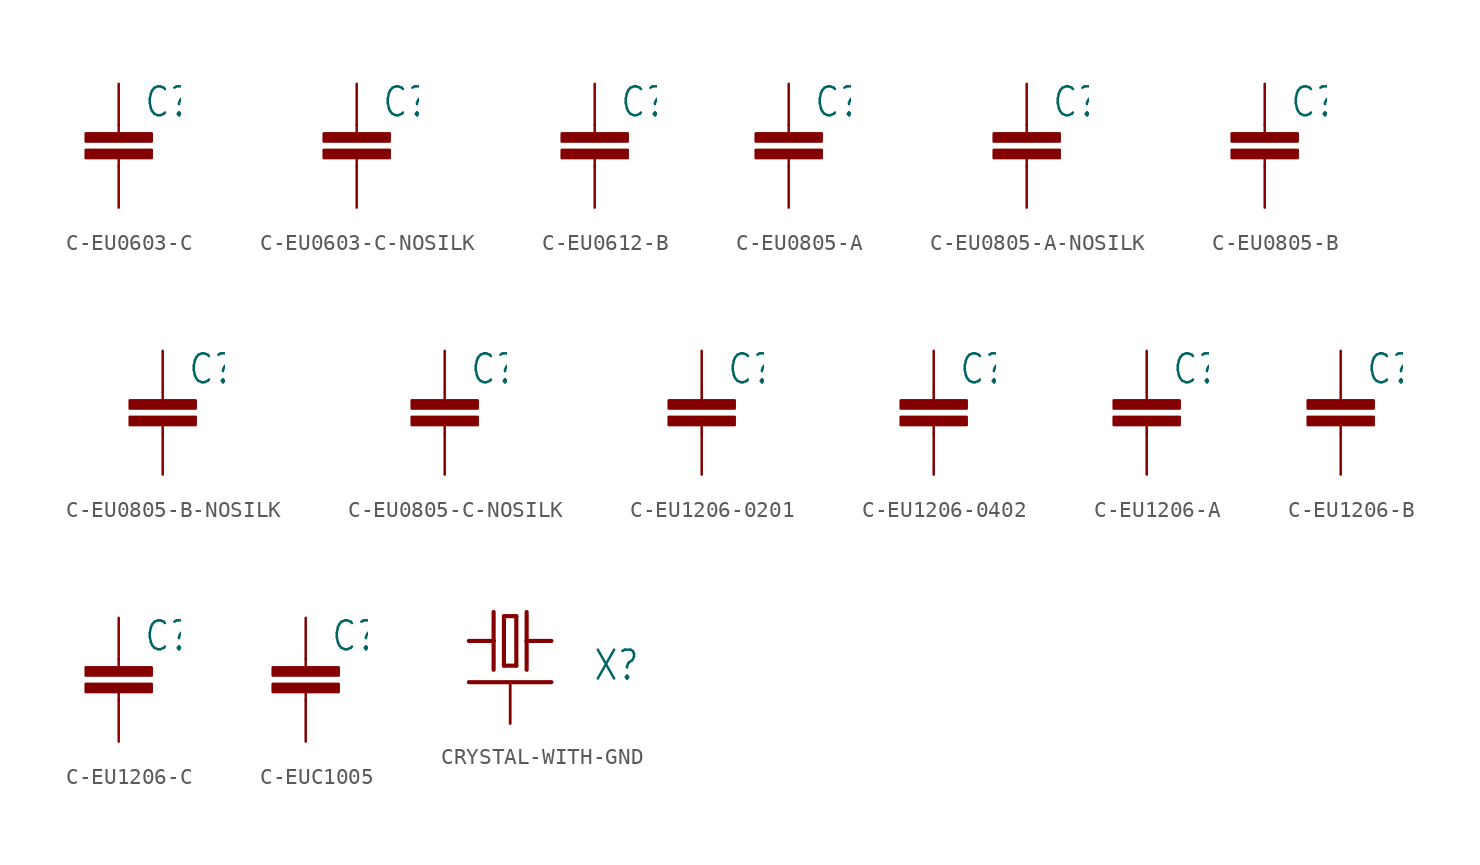
<source format=kicad_sym>
(kicad_symbol_lib
  (version 20241209)
  (generator "kicad_symbol_editor")
  (generator_version "9.0")
  (symbol "C-EU0603-C"
    (property "Reference" "C"
      (at 1.524 0.381 0)
      (effects (font (size 1.778 1.511)) (justify left bottom)))
    (property "Value" ""
      (at 1.524 -4.699 0)
      (effects (font (size 1.778 1.511)) (justify left bottom)))
    (property "ki_locked" ""
      (at 0 0 0)
      (effects (font (size 1.27 1.27))))
    (symbol "C-EU0603-C_1_0"
      (rectangle (start -2.032 -1.016) (end 2.032 -0.508) (stroke (width 0) (type default)) (fill (type outline)))
      (rectangle (start -2.032 -2.032) (end 2.032 -1.524) (stroke (width 0) (type default)) (fill (type outline)))
      (polyline (pts (xy 0 0) (xy 0 -0.508)) (stroke (width 0.152) (type solid)) (fill (type none)))
      (polyline (pts (xy 0 -2.54) (xy 0 -2.032)) (stroke (width 0.152) (type solid)) (fill (type none)))
      (pin passive line (at 0 2.54 270) (length 2.54) (name "1" (effects (font (size 0 0)))) (number "1" (effects (font (size 0 0)))))
      (pin passive line (at 0 -5.08 90) (length 2.54) (name "2" (effects (font (size 0 0)))) (number "2" (effects (font (size 0 0)))))))
  (symbol "C-EU0603-C-NOSILK"
    (property "Reference" "C"
      (at 1.524 0.381 0)
      (effects (font (size 1.778 1.511)) (justify left bottom)))
    (property "Value" ""
      (at 1.524 -4.699 0)
      (effects (font (size 1.778 1.511)) (justify left bottom)))
    (property "ki_locked" ""
      (at 0 0 0)
      (effects (font (size 1.27 1.27))))
    (symbol "C-EU0603-C-NOSILK_1_0"
      (rectangle (start -2.032 -1.016) (end 2.032 -0.508) (stroke (width 0) (type default)) (fill (type outline)))
      (rectangle (start -2.032 -2.032) (end 2.032 -1.524) (stroke (width 0) (type default)) (fill (type outline)))
      (polyline (pts (xy 0 0) (xy 0 -0.508)) (stroke (width 0.152) (type solid)) (fill (type none)))
      (polyline (pts (xy 0 -2.54) (xy 0 -2.032)) (stroke (width 0.152) (type solid)) (fill (type none)))
      (pin passive line (at 0 2.54 270) (length 2.54) (name "1" (effects (font (size 0 0)))) (number "1" (effects (font (size 0 0)))))
      (pin passive line (at 0 -5.08 90) (length 2.54) (name "2" (effects (font (size 0 0)))) (number "2" (effects (font (size 0 0)))))))
  (symbol "C-EU0612-B"
    (property "Reference" "C"
      (at 1.524 0.381 0)
      (effects (font (size 1.778 1.511)) (justify left bottom)))
    (property "Value" ""
      (at 1.524 -4.699 0)
      (effects (font (size 1.778 1.511)) (justify left bottom)))
    (property "ki_locked" ""
      (at 0 0 0)
      (effects (font (size 1.27 1.27))))
    (symbol "C-EU0612-B_1_0"
      (rectangle (start -2.032 -1.016) (end 2.032 -0.508) (stroke (width 0) (type default)) (fill (type outline)))
      (rectangle (start -2.032 -2.032) (end 2.032 -1.524) (stroke (width 0) (type default)) (fill (type outline)))
      (polyline (pts (xy 0 0) (xy 0 -0.508)) (stroke (width 0.152) (type solid)) (fill (type none)))
      (polyline (pts (xy 0 -2.54) (xy 0 -2.032)) (stroke (width 0.152) (type solid)) (fill (type none)))
      (pin passive line (at 0 2.54 270) (length 2.54) (name "1" (effects (font (size 0 0)))) (number "1" (effects (font (size 0 0)))))
      (pin passive line (at 0 -5.08 90) (length 2.54) (name "2" (effects (font (size 0 0)))) (number "2" (effects (font (size 0 0)))))))
  (symbol "C-EU0805-A"
    (property "Reference" "C"
      (at 1.524 0.381 0)
      (effects (font (size 1.778 1.511)) (justify left bottom)))
    (property "Value" ""
      (at 1.524 -4.699 0)
      (effects (font (size 1.778 1.511)) (justify left bottom)))
    (property "ki_locked" ""
      (at 0 0 0)
      (effects (font (size 1.27 1.27))))
    (symbol "C-EU0805-A_1_0"
      (rectangle (start -2.032 -1.016) (end 2.032 -0.508) (stroke (width 0) (type default)) (fill (type outline)))
      (rectangle (start -2.032 -2.032) (end 2.032 -1.524) (stroke (width 0) (type default)) (fill (type outline)))
      (polyline (pts (xy 0 0) (xy 0 -0.508)) (stroke (width 0.152) (type solid)) (fill (type none)))
      (polyline (pts (xy 0 -2.54) (xy 0 -2.032)) (stroke (width 0.152) (type solid)) (fill (type none)))
      (pin passive line (at 0 2.54 270) (length 2.54) (name "1" (effects (font (size 0 0)))) (number "1" (effects (font (size 0 0)))))
      (pin passive line (at 0 -5.08 90) (length 2.54) (name "2" (effects (font (size 0 0)))) (number "2" (effects (font (size 0 0)))))))
  (symbol "C-EU0805-A-NOSILK"
    (property "Reference" "C"
      (at 1.524 0.381 0)
      (effects (font (size 1.778 1.511)) (justify left bottom)))
    (property "Value" ""
      (at 1.524 -4.699 0)
      (effects (font (size 1.778 1.511)) (justify left bottom)))
    (property "ki_locked" ""
      (at 0 0 0)
      (effects (font (size 1.27 1.27))))
    (symbol "C-EU0805-A-NOSILK_1_0"
      (rectangle (start -2.032 -1.016) (end 2.032 -0.508) (stroke (width 0) (type default)) (fill (type outline)))
      (rectangle (start -2.032 -2.032) (end 2.032 -1.524) (stroke (width 0) (type default)) (fill (type outline)))
      (polyline (pts (xy 0 0) (xy 0 -0.508)) (stroke (width 0.152) (type solid)) (fill (type none)))
      (polyline (pts (xy 0 -2.54) (xy 0 -2.032)) (stroke (width 0.152) (type solid)) (fill (type none)))
      (pin passive line (at 0 2.54 270) (length 2.54) (name "1" (effects (font (size 0 0)))) (number "1" (effects (font (size 0 0)))))
      (pin passive line (at 0 -5.08 90) (length 2.54) (name "2" (effects (font (size 0 0)))) (number "2" (effects (font (size 0 0)))))))
  (symbol "C-EU0805-B"
    (property "Reference" "C"
      (at 1.524 0.381 0)
      (effects (font (size 1.778 1.511)) (justify left bottom)))
    (property "Value" ""
      (at 1.524 -4.699 0)
      (effects (font (size 1.778 1.511)) (justify left bottom)))
    (property "ki_locked" ""
      (at 0 0 0)
      (effects (font (size 1.27 1.27))))
    (symbol "C-EU0805-B_1_0"
      (rectangle (start -2.032 -1.016) (end 2.032 -0.508) (stroke (width 0) (type default)) (fill (type outline)))
      (rectangle (start -2.032 -2.032) (end 2.032 -1.524) (stroke (width 0) (type default)) (fill (type outline)))
      (polyline (pts (xy 0 0) (xy 0 -0.508)) (stroke (width 0.152) (type solid)) (fill (type none)))
      (polyline (pts (xy 0 -2.54) (xy 0 -2.032)) (stroke (width 0.152) (type solid)) (fill (type none)))
      (pin passive line (at 0 2.54 270) (length 2.54) (name "1" (effects (font (size 0 0)))) (number "1" (effects (font (size 0 0)))))
      (pin passive line (at 0 -5.08 90) (length 2.54) (name "2" (effects (font (size 0 0)))) (number "2" (effects (font (size 0 0)))))))
  (symbol "C-EU0805-B-NOSILK"
    (property "Reference" "C"
      (at 1.524 0.381 0)
      (effects (font (size 1.778 1.511)) (justify left bottom)))
    (property "Value" ""
      (at 1.524 -4.699 0)
      (effects (font (size 1.778 1.511)) (justify left bottom)))
    (property "ki_locked" ""
      (at 0 0 0)
      (effects (font (size 1.27 1.27))))
    (symbol "C-EU0805-B-NOSILK_1_0"
      (rectangle (start -2.032 -1.016) (end 2.032 -0.508) (stroke (width 0) (type default)) (fill (type outline)))
      (rectangle (start -2.032 -2.032) (end 2.032 -1.524) (stroke (width 0) (type default)) (fill (type outline)))
      (polyline (pts (xy 0 0) (xy 0 -0.508)) (stroke (width 0.152) (type solid)) (fill (type none)))
      (polyline (pts (xy 0 -2.54) (xy 0 -2.032)) (stroke (width 0.152) (type solid)) (fill (type none)))
      (pin passive line (at 0 2.54 270) (length 2.54) (name "1" (effects (font (size 0 0)))) (number "1" (effects (font (size 0 0)))))
      (pin passive line (at 0 -5.08 90) (length 2.54) (name "2" (effects (font (size 0 0)))) (number "2" (effects (font (size 0 0)))))))
  (symbol "C-EU0805-C-NOSILK"
    (property "Reference" "C"
      (at 1.524 0.381 0)
      (effects (font (size 1.778 1.511)) (justify left bottom)))
    (property "Value" ""
      (at 1.524 -4.699 0)
      (effects (font (size 1.778 1.511)) (justify left bottom)))
    (property "ki_locked" ""
      (at 0 0 0)
      (effects (font (size 1.27 1.27))))
    (symbol "C-EU0805-C-NOSILK_1_0"
      (rectangle (start -2.032 -1.016) (end 2.032 -0.508) (stroke (width 0) (type default)) (fill (type outline)))
      (rectangle (start -2.032 -2.032) (end 2.032 -1.524) (stroke (width 0) (type default)) (fill (type outline)))
      (polyline (pts (xy 0 0) (xy 0 -0.508)) (stroke (width 0.152) (type solid)) (fill (type none)))
      (polyline (pts (xy 0 -2.54) (xy 0 -2.032)) (stroke (width 0.152) (type solid)) (fill (type none)))
      (pin passive line (at 0 2.54 270) (length 2.54) (name "1" (effects (font (size 0 0)))) (number "1" (effects (font (size 0 0)))))
      (pin passive line (at 0 -5.08 90) (length 2.54) (name "2" (effects (font (size 0 0)))) (number "2" (effects (font (size 0 0)))))))
  (symbol "C-EU1206-0201"
    (property "Reference" "C"
      (at 1.524 0.381 0)
      (effects (font (size 1.778 1.511)) (justify left bottom)))
    (property "Value" ""
      (at 1.524 -4.699 0)
      (effects (font (size 1.778 1.511)) (justify left bottom)))
    (property "ki_locked" ""
      (at 0 0 0)
      (effects (font (size 1.27 1.27))))
    (symbol "C-EU1206-0201_1_0"
      (rectangle (start -2.032 -1.016) (end 2.032 -0.508) (stroke (width 0) (type default)) (fill (type outline)))
      (rectangle (start -2.032 -2.032) (end 2.032 -1.524) (stroke (width 0) (type default)) (fill (type outline)))
      (polyline (pts (xy 0 0) (xy 0 -0.508)) (stroke (width 0.152) (type solid)) (fill (type none)))
      (polyline (pts (xy 0 -2.54) (xy 0 -2.032)) (stroke (width 0.152) (type solid)) (fill (type none)))
      (pin passive line (at 0 2.54 270) (length 2.54) (name "1" (effects (font (size 0 0)))) (number "1" (effects (font (size 0 0)))))
      (pin passive line (at 0 -5.08 90) (length 2.54) (name "2" (effects (font (size 0 0)))) (number "2" (effects (font (size 0 0)))))))
  (symbol "C-EU1206-0402"
    (property "Reference" "C"
      (at 1.524 0.381 0)
      (effects (font (size 1.778 1.511)) (justify left bottom)))
    (property "Value" ""
      (at 1.524 -4.699 0)
      (effects (font (size 1.778 1.511)) (justify left bottom)))
    (property "ki_locked" ""
      (at 0 0 0)
      (effects (font (size 1.27 1.27))))
    (symbol "C-EU1206-0402_1_0"
      (rectangle (start -2.032 -1.016) (end 2.032 -0.508) (stroke (width 0) (type default)) (fill (type outline)))
      (rectangle (start -2.032 -2.032) (end 2.032 -1.524) (stroke (width 0) (type default)) (fill (type outline)))
      (polyline (pts (xy 0 0) (xy 0 -0.508)) (stroke (width 0.152) (type solid)) (fill (type none)))
      (polyline (pts (xy 0 -2.54) (xy 0 -2.032)) (stroke (width 0.152) (type solid)) (fill (type none)))
      (pin passive line (at 0 2.54 270) (length 2.54) (name "1" (effects (font (size 0 0)))) (number "1" (effects (font (size 0 0)))))
      (pin passive line (at 0 -5.08 90) (length 2.54) (name "2" (effects (font (size 0 0)))) (number "2" (effects (font (size 0 0)))))))
  (symbol "C-EU1206-A"
    (property "Reference" "C"
      (at 1.524 0.381 0)
      (effects (font (size 1.778 1.511)) (justify left bottom)))
    (property "Value" ""
      (at 1.524 -4.699 0)
      (effects (font (size 1.778 1.511)) (justify left bottom)))
    (property "ki_locked" ""
      (at 0 0 0)
      (effects (font (size 1.27 1.27))))
    (symbol "C-EU1206-A_1_0"
      (rectangle (start -2.032 -1.016) (end 2.032 -0.508) (stroke (width 0) (type default)) (fill (type outline)))
      (rectangle (start -2.032 -2.032) (end 2.032 -1.524) (stroke (width 0) (type default)) (fill (type outline)))
      (polyline (pts (xy 0 0) (xy 0 -0.508)) (stroke (width 0.152) (type solid)) (fill (type none)))
      (polyline (pts (xy 0 -2.54) (xy 0 -2.032)) (stroke (width 0.152) (type solid)) (fill (type none)))
      (pin passive line (at 0 2.54 270) (length 2.54) (name "1" (effects (font (size 0 0)))) (number "1" (effects (font (size 0 0)))))
      (pin passive line (at 0 -5.08 90) (length 2.54) (name "2" (effects (font (size 0 0)))) (number "2" (effects (font (size 0 0)))))))
  (symbol "C-EU1206-B"
    (property "Reference" "C"
      (at 1.524 0.381 0)
      (effects (font (size 1.778 1.511)) (justify left bottom)))
    (property "Value" ""
      (at 1.524 -4.699 0)
      (effects (font (size 1.778 1.511)) (justify left bottom)))
    (property "ki_locked" ""
      (at 0 0 0)
      (effects (font (size 1.27 1.27))))
    (symbol "C-EU1206-B_1_0"
      (rectangle (start -2.032 -1.016) (end 2.032 -0.508) (stroke (width 0) (type default)) (fill (type outline)))
      (rectangle (start -2.032 -2.032) (end 2.032 -1.524) (stroke (width 0) (type default)) (fill (type outline)))
      (polyline (pts (xy 0 0) (xy 0 -0.508)) (stroke (width 0.152) (type solid)) (fill (type none)))
      (polyline (pts (xy 0 -2.54) (xy 0 -2.032)) (stroke (width 0.152) (type solid)) (fill (type none)))
      (pin passive line (at 0 2.54 270) (length 2.54) (name "1" (effects (font (size 0 0)))) (number "1" (effects (font (size 0 0)))))
      (pin passive line (at 0 -5.08 90) (length 2.54) (name "2" (effects (font (size 0 0)))) (number "2" (effects (font (size 0 0)))))))
  (symbol "C-EU1206-C"
    (property "Reference" "C"
      (at 1.524 0.381 0)
      (effects (font (size 1.778 1.511)) (justify left bottom)))
    (property "Value" ""
      (at 1.524 -4.699 0)
      (effects (font (size 1.778 1.511)) (justify left bottom)))
    (property "ki_locked" ""
      (at 0 0 0)
      (effects (font (size 1.27 1.27))))
    (symbol "C-EU1206-C_1_0"
      (rectangle (start -2.032 -1.016) (end 2.032 -0.508) (stroke (width 0) (type default)) (fill (type outline)))
      (rectangle (start -2.032 -2.032) (end 2.032 -1.524) (stroke (width 0) (type default)) (fill (type outline)))
      (polyline (pts (xy 0 0) (xy 0 -0.508)) (stroke (width 0.152) (type solid)) (fill (type none)))
      (polyline (pts (xy 0 -2.54) (xy 0 -2.032)) (stroke (width 0.152) (type solid)) (fill (type none)))
      (pin passive line (at 0 2.54 270) (length 2.54) (name "1" (effects (font (size 0 0)))) (number "1" (effects (font (size 0 0)))))
      (pin passive line (at 0 -5.08 90) (length 2.54) (name "2" (effects (font (size 0 0)))) (number "2" (effects (font (size 0 0)))))))
  (symbol "C-EUC1005"
    (property "Reference" "C"
      (at 1.524 0.381 0)
      (effects (font (size 1.778 1.511)) (justify left bottom)))
    (property "Value" ""
      (at 1.524 -4.699 0)
      (effects (font (size 1.778 1.511)) (justify left bottom)))
    (property "ki_locked" ""
      (at 0 0 0)
      (effects (font (size 1.27 1.27))))
    (symbol "C-EUC1005_1_0"
      (rectangle (start -2.032 -1.016) (end 2.032 -0.508) (stroke (width 0) (type default)) (fill (type outline)))
      (rectangle (start -2.032 -2.032) (end 2.032 -1.524) (stroke (width 0) (type default)) (fill (type outline)))
      (polyline (pts (xy 0 0) (xy 0 -0.508)) (stroke (width 0.152) (type solid)) (fill (type none)))
      (polyline (pts (xy 0 -2.54) (xy 0 -2.032)) (stroke (width 0.152) (type solid)) (fill (type none)))
      (pin passive line (at 0 2.54 270) (length 2.54) (name "1" (effects (font (size 0 0)))) (number "1" (effects (font (size 0 0)))))
      (pin passive line (at 0 -5.08 90) (length 2.54) (name "2" (effects (font (size 0 0)))) (number "2" (effects (font (size 0 0)))))))
  (symbol "CRYSTAL-WITH-GND"
    (property "Reference" "X"
      (at 5.08 -2.54 0)
      (effects (font (size 1.778 1.511)) (justify left bottom)))
    (property "Value" ""
      (at 5.08 -5.08 0)
      (effects (font (size 1.778 1.511)) (justify left bottom)))
    (property "ki_locked" ""
      (at 0 0 0)
      (effects (font (size 1.27 1.27))))
    (symbol "CRYSTAL-WITH-GND_1_0"
      (polyline (pts (xy -2.54 0) (xy -1.016 0)) (stroke (width 0.254) (type solid)) (fill (type none)))
      (polyline (pts (xy -2.54 -2.54) (xy 2.54 -2.54)) (stroke (width 0.254) (type solid)) (fill (type none)))
      (polyline (pts (xy -1.016 1.778) (xy -1.016 0)) (stroke (width 0.254) (type solid)) (fill (type none)))
      (polyline (pts (xy -1.016 0) (xy -1.016 -1.778)) (stroke (width 0.254) (type solid)) (fill (type none)))
      (polyline (pts (xy -0.381 1.524) (xy -0.381 -1.524)) (stroke (width 0.254) (type solid)) (fill (type none)))
      (polyline (pts (xy -0.381 -1.524) (xy 0.381 -1.524)) (stroke (width 0.254) (type solid)) (fill (type none)))
      (polyline (pts (xy 0.381 1.524) (xy -0.381 1.524)) (stroke (width 0.254) (type solid)) (fill (type none)))
      (polyline (pts (xy 0.381 -1.524) (xy 0.381 1.524)) (stroke (width 0.254) (type solid)) (fill (type none)))
      (polyline (pts (xy 1.016 1.778) (xy 1.016 0)) (stroke (width 0.254) (type solid)) (fill (type none)))
      (polyline (pts (xy 1.016 0) (xy 1.016 -1.778)) (stroke (width 0.254) (type solid)) (fill (type none)))
      (polyline (pts (xy 2.54 0) (xy 1.016 0)) (stroke (width 0.254) (type solid)) (fill (type none)))
      (pin passive line (at -2.54 0 0) (length 0) (name "1" (effects (font (size 0 0)))) (number "1" (effects (font (size 0 0)))))
      (pin power_in line (at 0 -5.08 90) (length 2.54) (name "SHIELD" (effects (font (size 0 0)))) (number "2" (effects (font (size 0 0)))))
      (pin power_in line (at 0 -5.08 90) (length 2.54) (name "SHIELD" (effects (font (size 0 0)))) (number "4" (effects (font (size 0 0)))))
      (pin passive line (at 2.54 0 180) (length 0) (name "2" (effects (font (size 0 0)))) (number "3" (effects (font (size 0 0))))))))
</source>
